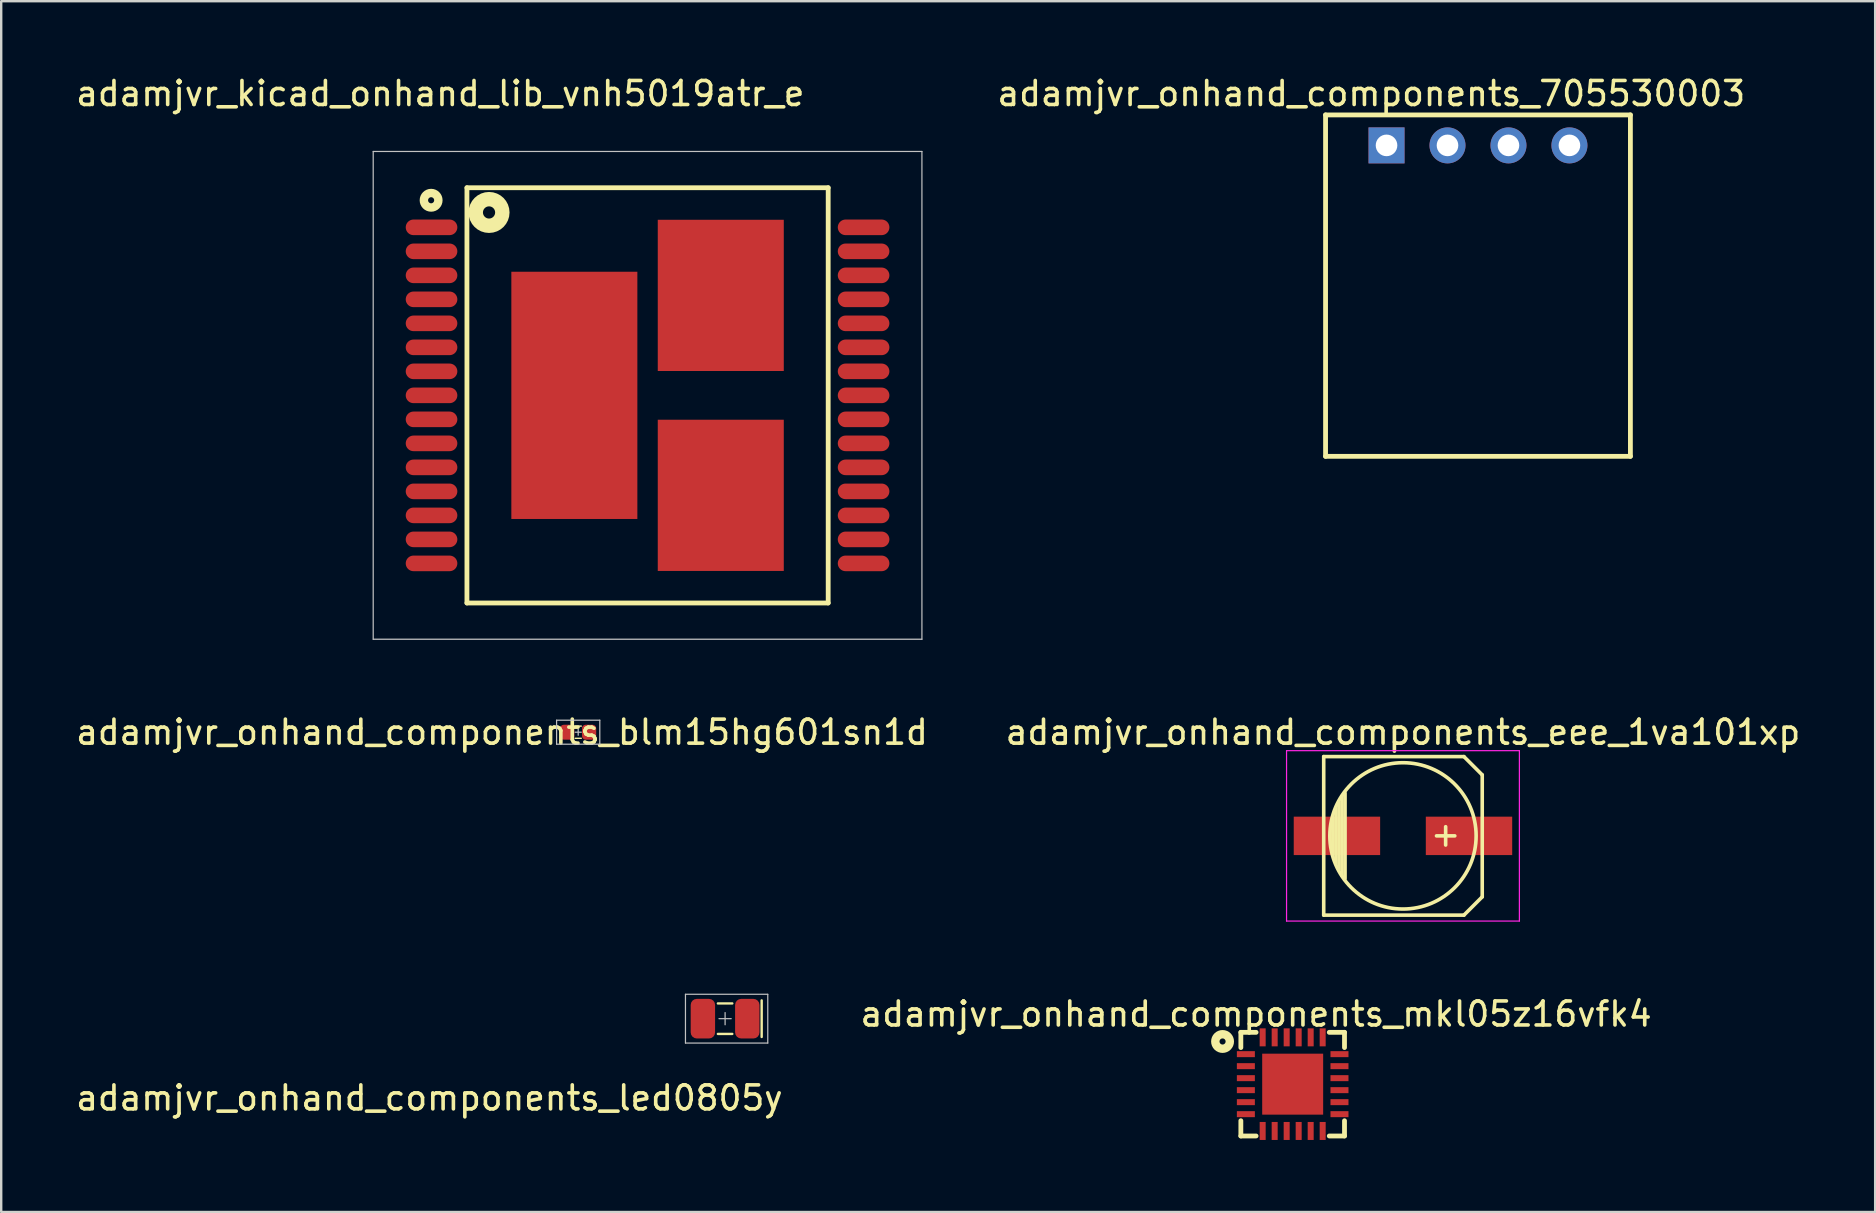
<source format=kicad_pcb>
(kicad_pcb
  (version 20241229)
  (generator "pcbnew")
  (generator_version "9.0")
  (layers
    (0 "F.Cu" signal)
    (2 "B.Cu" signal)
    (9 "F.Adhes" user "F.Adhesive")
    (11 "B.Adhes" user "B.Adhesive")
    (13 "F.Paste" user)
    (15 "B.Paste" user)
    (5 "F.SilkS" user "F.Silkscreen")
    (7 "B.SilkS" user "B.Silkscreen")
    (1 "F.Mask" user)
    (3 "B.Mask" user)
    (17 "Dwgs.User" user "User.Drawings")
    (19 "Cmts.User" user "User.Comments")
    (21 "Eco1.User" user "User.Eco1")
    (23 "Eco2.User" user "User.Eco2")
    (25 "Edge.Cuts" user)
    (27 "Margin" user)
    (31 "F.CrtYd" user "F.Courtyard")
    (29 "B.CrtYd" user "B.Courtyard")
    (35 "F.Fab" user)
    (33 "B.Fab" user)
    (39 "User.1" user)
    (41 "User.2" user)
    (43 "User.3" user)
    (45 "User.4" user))
  (footprint "adamjvr_onhand_components_led0805y"
    (layer "F.Cu")
    (at 27.158 39.389)
    (property "Reference" "adamjvr_onhand_components_led0805y" (at -12.319 3.302 0) (layer "F.SilkS") (effects (font (size 1 1) (thickness 0.15))))
    (attr through_hole)
    (fp_line (start -0.3 0.635) (end 0.3 0.635) (stroke (width 0.1) (type solid)) (layer "F.SilkS"))
    (fp_line (start 0.3 -0.635) (end -0.3 -0.635) (stroke (width 0.1) (type solid)) (layer "F.SilkS"))
    (fp_line (start 1.524 -0.762) (end 1.524 0.762) (stroke (width 0.1) (type solid)) (layer "F.SilkS"))
    (fp_line (start -1.651 -1.016) (end 1.778 -1.016) (stroke (width 0.05) (type solid)) (layer "Dwgs.User"))
    (fp_line (start -1.651 1.016) (end -1.651 -1.016) (stroke (width 0.05) (type solid)) (layer "Dwgs.User"))
    (fp_line (start -0.254 0) (end 0.254 0) (stroke (width 0.05) (type solid)) (layer "Dwgs.User"))
    (fp_line (start 0 -0.254) (end 0 0.254) (stroke (width 0.05) (type solid)) (layer "Dwgs.User"))
    (fp_line (start 1.778 -1.016) (end 1.778 1.016) (stroke (width 0.05) (type solid)) (layer "Dwgs.User"))
    (fp_line (start 1.778 1.016) (end -1.651 1.016) (stroke (width 0.05) (type solid)) (layer "Dwgs.User"))
    (fp_line (start -1.1 -0.7) (end 1.1 -0.7) (stroke (width 0.05) (type solid)) (layer "Eco1.User"))
    (fp_line (start -1.1 0.7) (end -1.1 -0.7) (stroke (width 0.05) (type solid)) (layer "Eco1.User"))
    (fp_line (start 1.1 -0.7) (end 1.1 0.7) (stroke (width 0.05) (type solid)) (layer "Eco1.User"))
    (fp_line (start 1.1 0.7) (end -1.1 0.7) (stroke (width 0.05) (type solid)) (layer "Eco1.User"))
    (pad "1" smd roundrect (at -0.925 0) (size 1.016 1.651) (layers "F.Cu" "F.Mask" "F.Paste") (roundrect_rratio 0.25))
    (pad "2" smd roundrect (at 0.925 0) (size 1.016 1.651) (layers "F.Cu" "F.Mask" "F.Paste") (roundrect_rratio 0.25)))
  (footprint "adamjvr_kicad_onhand_lib_vnh5019atr_e"
    (layer "F.Cu")
    (at 23.928 13.421)
    (property "Reference" "adamjvr_kicad_onhand_lib_vnh5019atr_e" (at -8.636 -12.573 0) (layer "F.SilkS") (effects (font (size 1 1) (thickness 0.15))))
    (attr through_hole)
    (fp_line (start -7.525 -8.65) (end -7.525 8.65) (stroke (width 0.2) (type solid)) (layer "F.SilkS"))
    (fp_line (start -7.525 8.65) (end 7.525 8.65) (stroke (width 0.2) (type solid)) (layer "F.SilkS"))
    (fp_line (start 7.525 -8.65) (end -7.525 -8.65) (stroke (width 0.2) (type solid)) (layer "F.SilkS"))
    (fp_line (start 7.525 8.65) (end 7.525 -8.65) (stroke (width 0.2) (type solid)) (layer "F.SilkS"))
    (fp_circle (center -9.017 -8.128) (end -9.017 -8.255) (stroke (width 0.35) (type solid)) (fill no) (layer "F.SilkS"))
    (fp_circle (center -6.604 -7.62) (end -6.604 -7.366) (stroke (width 0.6) (type solid)) (fill no) (layer "F.SilkS"))
    (fp_line (start -11.43 -10.16) (end 11.43 -10.16) (stroke (width 0.05) (type solid)) (layer "Dwgs.User"))
    (fp_line (start -11.43 10.16) (end -11.43 -10.16) (stroke (width 0.05) (type solid)) (layer "Dwgs.User"))
    (fp_line (start 11.43 -10.16) (end 11.43 10.16) (stroke (width 0.05) (type solid)) (layer "Dwgs.User"))
    (fp_line (start 11.43 10.16) (end -11.43 10.16) (stroke (width 0.05) (type solid)) (layer "Dwgs.User"))
    (pad "1" smd oval (at -9 -7 90) (size 0.65 2.15) (layers "F.Cu" "F.Mask" "F.Paste"))
    (pad "2" smd oval (at -9 -6 90) (size 0.65 2.15) (layers "F.Cu" "F.Mask" "F.Paste"))
    (pad "3" smd oval (at -9 -5 90) (size 0.65 2.15) (layers "F.Cu" "F.Mask" "F.Paste"))
    (pad "4" smd oval (at -9 -4 90) (size 0.65 2.15) (layers "F.Cu" "F.Mask" "F.Paste"))
    (pad "5" smd oval (at -9 -3 90) (size 0.65 2.15) (layers "F.Cu" "F.Mask" "F.Paste"))
    (pad "6" smd oval (at -9 -2 90) (size 0.65 2.15) (layers "F.Cu" "F.Mask" "F.Paste"))
    (pad "7" smd oval (at -9 -1 90) (size 0.65 2.15) (layers "F.Cu" "F.Mask" "F.Paste"))
    (pad "8" smd oval (at -9 0 90) (size 0.65 2.15) (layers "F.Cu" "F.Mask" "F.Paste"))
    (pad "9" smd oval (at -9 1 90) (size 0.65 2.15) (layers "F.Cu" "F.Mask" "F.Paste"))
    (pad "10" smd oval (at -9 2 90) (size 0.65 2.15) (layers "F.Cu" "F.Mask" "F.Paste"))
    (pad "11" smd oval (at -9 3 90) (size 0.65 2.15) (layers "F.Cu" "F.Mask" "F.Paste"))
    (pad "12" smd oval (at -9 4 90) (size 0.65 2.15) (layers "F.Cu" "F.Mask" "F.Paste"))
    (pad "13" smd oval (at -9 5 90) (size 0.65 2.15) (layers "F.Cu" "F.Mask" "F.Paste"))
    (pad "14" smd oval (at -9 6 90) (size 0.65 2.15) (layers "F.Cu" "F.Mask" "F.Paste"))
    (pad "15" smd oval (at -9 7 90) (size 0.65 2.15) (layers "F.Cu" "F.Mask" "F.Paste"))
    (pad "16" smd oval (at 9 7 90) (size 0.65 2.15) (layers "F.Cu" "F.Mask" "F.Paste"))
    (pad "17" smd oval (at 9 6 90) (size 0.65 2.15) (layers "F.Cu" "F.Mask" "F.Paste"))
    (pad "18" smd oval (at 9 5 90) (size 0.65 2.15) (layers "F.Cu" "F.Mask" "F.Paste"))
    (pad "19" smd oval (at 9 4 90) (size 0.65 2.15) (layers "F.Cu" "F.Mask" "F.Paste"))
    (pad "20" smd oval (at 9 3 90) (size 0.65 2.15) (layers "F.Cu" "F.Mask" "F.Paste"))
    (pad "21" smd oval (at 9 2 90) (size 0.65 2.15) (layers "F.Cu" "F.Mask" "F.Paste"))
    (pad "22" smd oval (at 9 1 90) (size 0.65 2.15) (layers "F.Cu" "F.Mask" "F.Paste"))
    (pad "23" smd oval (at 9 0 90) (size 0.65 2.15) (layers "F.Cu" "F.Mask" "F.Paste"))
    (pad "24" smd oval (at 9 -1 90) (size 0.65 2.15) (layers "F.Cu" "F.Mask" "F.Paste"))
    (pad "25" smd oval (at 9 -2 90) (size 0.65 2.15) (layers "F.Cu" "F.Mask" "F.Paste"))
    (pad "26" smd oval (at 9 -3 90) (size 0.65 2.15) (layers "F.Cu" "F.Mask" "F.Paste"))
    (pad "27" smd oval (at 9 -4 90) (size 0.65 2.15) (layers "F.Cu" "F.Mask" "F.Paste"))
    (pad "28" smd oval (at 9 -5 90) (size 0.65 2.15) (layers "F.Cu" "F.Mask" "F.Paste"))
    (pad "29" smd oval (at 9 -6 90) (size 0.65 2.15) (layers "F.Cu" "F.Mask" "F.Paste"))
    (pad "30" smd oval (at 9 -7 90) (size 0.65 2.15) (layers "F.Cu" "F.Mask" "F.Paste"))
    (pad "31" smd rect (at -3.05 0 90) (size 10.3 5.25) (layers "F.Cu" "F.Mask" "F.Paste"))
    (pad "32" smd rect (at 3.05 4.165 90) (size 6.3 5.25) (layers "F.Cu" "F.Mask" "F.Paste"))
    (pad "33" smd rect (at 3.05 -4.165 90) (size 6.3 5.25) (layers "F.Cu" "F.Mask" "F.Paste")))
  (footprint "adamjvr_onhand_components_mkl05z16vfk4"
    (layer "F.Cu")
    (at 50.804 42.117)
    (property "Reference" "adamjvr_onhand_components_mkl05z16vfk4" (at -1.524 -2.921 0) (layer "F.SilkS") (effects (font (size 1 1) (thickness 0.15))))
    (attr through_hole)
    (fp_line (start -2.159 -2.159) (end -2.159 -1.524) (stroke (width 0.2) (type solid)) (layer "F.SilkS"))
    (fp_line (start -2.159 2.159) (end -2.159 1.524) (stroke (width 0.2) (type solid)) (layer "F.SilkS"))
    (fp_line (start -1.524 -2.159) (end -2.159 -2.159) (stroke (width 0.2) (type solid)) (layer "F.SilkS"))
    (fp_line (start -1.524 2.159) (end -2.159 2.159) (stroke (width 0.2) (type solid)) (layer "F.SilkS"))
    (fp_line (start 1.524 -2.159) (end 2.159 -2.159) (stroke (width 0.2) (type solid)) (layer "F.SilkS"))
    (fp_line (start 2.159 -2.159) (end 2.159 -1.524) (stroke (width 0.2) (type solid)) (layer "F.SilkS"))
    (fp_line (start 2.159 1.524) (end 2.159 2.159) (stroke (width 0.2) (type solid)) (layer "F.SilkS"))
    (fp_line (start 2.159 2.159) (end 1.524 2.159) (stroke (width 0.2) (type solid)) (layer "F.SilkS"))
    (fp_circle (center -2.921 -1.778) (end -2.921 -1.651) (stroke (width 0.35) (type solid)) (fill no) (layer "F.SilkS"))
    (pad "1" smd rect (at -1.95 -1.25) (size 0.75 0.25) (layers "F.Cu" "F.Mask" "F.Paste"))
    (pad "2" smd rect (at -1.95 -0.75) (size 0.75 0.25) (layers "F.Cu" "F.Mask" "F.Paste"))
    (pad "3" smd rect (at -1.95 -0.25) (size 0.75 0.25) (layers "F.Cu" "F.Mask" "F.Paste"))
    (pad "4" smd rect (at -1.95 0.25) (size 0.75 0.25) (layers "F.Cu" "F.Mask" "F.Paste"))
    (pad "5" smd rect (at -1.95 0.75) (size 0.75 0.25) (layers "F.Cu" "F.Mask" "F.Paste"))
    (pad "6" smd rect (at -1.95 1.25) (size 0.75 0.25) (layers "F.Cu" "F.Mask" "F.Paste"))
    (pad "7" smd rect (at -1.25 1.95) (size 0.25 0.75) (layers "F.Cu" "F.Mask" "F.Paste"))
    (pad "8" smd rect (at -0.75 1.95) (size 0.25 0.75) (layers "F.Cu" "F.Mask" "F.Paste"))
    (pad "9" smd rect (at -0.25 1.95) (size 0.25 0.75) (layers "F.Cu" "F.Mask" "F.Paste"))
    (pad "10" smd rect (at 0.25 1.95) (size 0.25 0.75) (layers "F.Cu" "F.Mask" "F.Paste"))
    (pad "11" smd rect (at 0.75 1.95) (size 0.25 0.75) (layers "F.Cu" "F.Mask" "F.Paste"))
    (pad "12" smd rect (at 1.25 1.95) (size 0.25 0.75) (layers "F.Cu" "F.Mask" "F.Paste"))
    (pad "13" smd rect (at 1.95 1.25) (size 0.75 0.25) (layers "F.Cu" "F.Mask" "F.Paste"))
    (pad "14" smd rect (at 1.95 0.75) (size 0.75 0.25) (layers "F.Cu" "F.Mask" "F.Paste"))
    (pad "15" smd rect (at 1.95 0.25) (size 0.75 0.25) (layers "F.Cu" "F.Mask" "F.Paste"))
    (pad "16" smd rect (at 1.95 -0.25) (size 0.75 0.25) (layers "F.Cu" "F.Mask" "F.Paste"))
    (pad "17" smd rect (at 1.95 -0.75) (size 0.75 0.25) (layers "F.Cu" "F.Mask" "F.Paste"))
    (pad "18" smd rect (at 1.95 -1.25) (size 0.75 0.25) (layers "F.Cu" "F.Mask" "F.Paste"))
    (pad "19" smd rect (at 1.25 -1.95) (size 0.25 0.75) (layers "F.Cu" "F.Mask" "F.Paste"))
    (pad "20" smd rect (at 0.75 -1.95) (size 0.25 0.75) (layers "F.Cu" "F.Mask" "F.Paste"))
    (pad "21" smd rect (at 0.25 -1.95) (size 0.25 0.75) (layers "F.Cu" "F.Mask" "F.Paste"))
    (pad "22" smd rect (at -0.25 -1.95) (size 0.25 0.75) (layers "F.Cu" "F.Mask" "F.Paste"))
    (pad "23" smd rect (at -0.75 -1.95) (size 0.25 0.75) (layers "F.Cu" "F.Mask" "F.Paste"))
    (pad "24" smd rect (at -1.25 -1.95) (size 0.25 0.75) (layers "F.Cu" "F.Mask" "F.Paste"))
    (pad "25" smd rect (at 0 0) (size 2.54 2.54) (layers "F.Cu" "F.Mask" "F.Paste")))
  (footprint "adamjvr_onhand_components_eee_1va101xp"
    (layer "F.Cu")
    (at 55.399 31.773)
    (property "Reference" "adamjvr_onhand_components_eee_1va101xp" (at 0 -4.318 0) (layer "F.SilkS") (effects (font (size 1 1) (thickness 0.15))))
    (attr smd)
    (fp_line (start -3.302 -3.302) (end -3.302 3.302) (stroke (width 0.15) (type solid)) (layer "F.SilkS"))
    (fp_line (start -3.302 3.302) (end 2.54 3.302) (stroke (width 0.15) (type solid)) (layer "F.SilkS"))
    (fp_line (start -2.921 -0.762) (end -2.921 0.762) (stroke (width 0.15) (type solid)) (layer "F.SilkS"))
    (fp_line (start -2.794 1.143) (end -2.794 -1.143) (stroke (width 0.15) (type solid)) (layer "F.SilkS"))
    (fp_line (start -2.667 -1.397) (end -2.667 1.397) (stroke (width 0.15) (type solid)) (layer "F.SilkS"))
    (fp_line (start -2.54 1.651) (end -2.54 -1.651) (stroke (width 0.15) (type solid)) (layer "F.SilkS"))
    (fp_line (start -2.413 -1.778) (end -2.413 1.778) (stroke (width 0.15) (type solid)) (layer "F.SilkS"))
    (fp_line (start 1.778 -0.381) (end 1.778 0.381) (stroke (width 0.15) (type solid)) (layer "F.SilkS"))
    (fp_line (start 2.159 0) (end 1.397 0) (stroke (width 0.15) (type solid)) (layer "F.SilkS"))
    (fp_line (start 2.54 -3.302) (end -3.302 -3.302) (stroke (width 0.15) (type solid)) (layer "F.SilkS"))
    (fp_line (start 2.54 3.302) (end 3.302 2.54) (stroke (width 0.15) (type solid)) (layer "F.SilkS"))
    (fp_line (start 3.302 -2.54) (end 2.54 -3.302) (stroke (width 0.15) (type solid)) (layer "F.SilkS"))
    (fp_line (start 3.302 2.54) (end 3.302 -2.54) (stroke (width 0.15) (type solid)) (layer "F.SilkS"))
    (fp_circle (center 0 0) (end -3.048 0) (stroke (width 0.15) (type solid)) (fill no) (layer "F.SilkS"))
    (fp_line (start -4.85 -3.55) (end 4.85 -3.55) (stroke (width 0.05) (type solid)) (layer "F.CrtYd"))
    (fp_line (start -4.85 3.55) (end -4.85 -3.55) (stroke (width 0.05) (type solid)) (layer "F.CrtYd"))
    (fp_line (start 4.85 -3.55) (end 4.85 3.55) (stroke (width 0.05) (type solid)) (layer "F.CrtYd"))
    (fp_line (start 4.85 3.55) (end -4.85 3.55) (stroke (width 0.05) (type solid)) (layer "F.CrtYd"))
    (pad "1" smd rect (at 2.751 0) (size 3.599 1.6) (layers "F.Cu" "F.Mask" "F.Paste"))
    (pad "2" smd rect (at -2.751 0) (size 3.599 1.6) (layers "F.Cu" "F.Mask" "F.Paste")))
  (footprint "adamjvr_onhand_components_blm15hg601sn1d"
    (layer "F.Cu")
    (at 21.038 27.454)
    (property "Reference" "adamjvr_onhand_components_blm15hg601sn1d" (at -3.175 0 0) (layer "F.SilkS") (effects (font (size 1 1) (thickness 0.15))))
    (attr through_hole)
    (fp_line (start -0.127 -0.254) (end 0.127 -0.254) (stroke (width 0.06) (type solid)) (layer "F.SilkS"))
    (fp_line (start 0.127 0.254) (end -0.127 0.254) (stroke (width 0.06) (type solid)) (layer "F.SilkS"))
    (fp_line (start -0.9 -0.5) (end -0.9 0.5) (stroke (width 0.05) (type solid)) (layer "Dwgs.User"))
    (fp_line (start -0.9 0.5) (end 0.9 0.5) (stroke (width 0.05) (type solid)) (layer "Dwgs.User"))
    (fp_line (start 0 -0.127) (end 0 0.127) (stroke (width 0.05) (type solid)) (layer "Dwgs.User"))
    (fp_line (start 0.127 0) (end -0.127 0) (stroke (width 0.05) (type solid)) (layer "Dwgs.User"))
    (fp_line (start 0.9 -0.5) (end -0.9 -0.5) (stroke (width 0.05) (type solid)) (layer "Dwgs.User"))
    (fp_line (start 0.9 0.5) (end 0.9 -0.5) (stroke (width 0.05) (type solid)) (layer "Dwgs.User"))
    (pad "1" smd roundrect (at -0.455 0) (size 0.59 0.62) (layers "F.Cu" "F.Mask" "F.Paste") (roundrect_rratio 0.25))
    (pad "2" smd roundrect (at 0.455 0) (size 0.59 0.62) (layers "F.Cu" "F.Mask" "F.Paste") (roundrect_rratio 0.25)))
  (footprint "adamjvr_onhand_components_705530003"
    (layer "F.Cu")
    (at 58.524 8.849)
    (property "Reference" "adamjvr_onhand_components_705530003" (at -4.445 -8.001 0) (layer "F.SilkS") (effects (font (size 1 1) (thickness 0.15))))
    (attr through_hole)
    (fp_line (start -6.35 -7.112) (end -6.35 7.112) (stroke (width 0.2) (type solid)) (layer "F.SilkS"))
    (fp_line (start -6.35 -7.112) (end 6.35 -7.112) (stroke (width 0.2) (type solid)) (layer "F.SilkS"))
    (fp_line (start -6.35 7.112) (end 6.35 7.112) (stroke (width 0.2) (type solid)) (layer "F.SilkS"))
    (fp_line (start 6.35 -7.112) (end 6.35 7.112) (stroke (width 0.2) (type solid)) (layer "F.SilkS"))
    (pad "1" thru_hole rect (at -3.81 -5.842) (size 1.5 1.5) (drill 0.9) (layers "*.Cu" "*.Mask"))
    (pad "2" thru_hole circle (at -1.27 -5.842) (size 1.5 1.5) (drill 0.9) (layers "*.Cu" "*.Mask"))
    (pad "3" thru_hole circle (at 1.27 -5.842) (size 1.5 1.5) (drill 0.9) (layers "*.Cu" "*.Mask"))
    (pad "4" thru_hole circle (at 3.81 -5.842) (size 1.5 1.5) (drill 0.9) (layers "*.Cu" "*.Mask")))
  (gr_rect
    (start -3 -3)
    (end 75.071 47.442)
    (stroke (width 0.1) (type default))
    (fill no)
    (layer "Edge.Cuts")))
</source>
